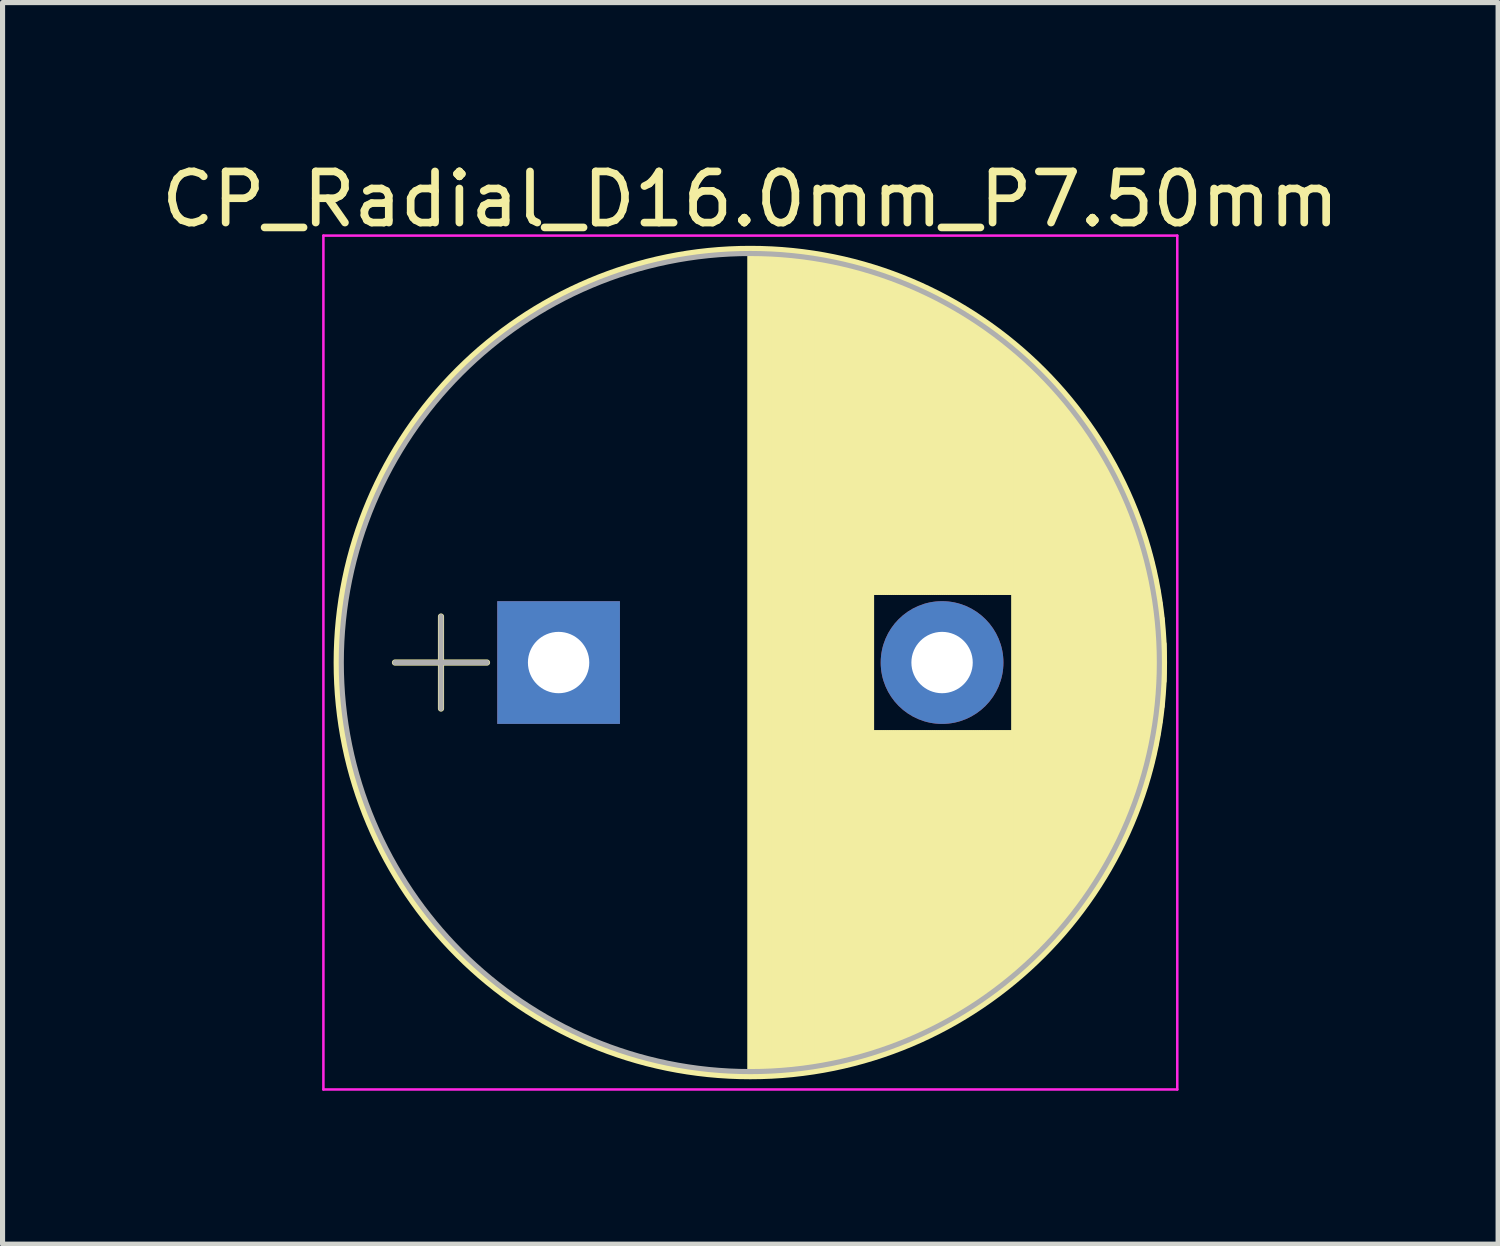
<source format=kicad_pcb>
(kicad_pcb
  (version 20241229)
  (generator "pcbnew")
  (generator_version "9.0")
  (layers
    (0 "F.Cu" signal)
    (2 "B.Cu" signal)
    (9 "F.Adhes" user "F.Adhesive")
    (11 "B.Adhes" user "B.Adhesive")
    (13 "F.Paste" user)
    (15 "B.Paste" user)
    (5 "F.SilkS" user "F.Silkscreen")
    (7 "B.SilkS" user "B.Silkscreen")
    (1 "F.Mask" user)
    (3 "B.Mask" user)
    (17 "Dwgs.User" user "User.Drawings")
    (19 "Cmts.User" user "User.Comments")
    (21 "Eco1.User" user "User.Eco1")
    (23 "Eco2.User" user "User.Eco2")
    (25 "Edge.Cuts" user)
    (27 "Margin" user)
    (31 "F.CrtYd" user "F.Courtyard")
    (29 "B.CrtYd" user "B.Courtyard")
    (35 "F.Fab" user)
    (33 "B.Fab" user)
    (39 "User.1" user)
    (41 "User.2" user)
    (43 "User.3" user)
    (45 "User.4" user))
  (footprint "CP_Radial_D16.0mm_P7.50mm"
    (layer "F.Cu")
    (at 7.875 9.908)
    (property "Reference" "CP_Radial_D16.0mm_P7.50mm" (at 3.75 -9.06 0) (layer "F.SilkS") (effects (font (size 1 1) (thickness 0.15))))
    (attr through_hole)
    (fp_line (start -3.2 0) (end -1.4 0) (stroke (width 0.12) (type solid)) (layer "F.SilkS"))
    (fp_line (start -2.3 -0.9) (end -2.3 0.9) (stroke (width 0.12) (type solid)) (layer "F.SilkS"))
    (fp_line (start 3.75 -8.051) (end 3.75 8.051) (stroke (width 0.12) (type solid)) (layer "F.SilkS"))
    (fp_line (start 3.79 -8.05) (end 3.79 8.05) (stroke (width 0.12) (type solid)) (layer "F.SilkS"))
    (fp_line (start 3.83 -8.05) (end 3.83 8.05) (stroke (width 0.12) (type solid)) (layer "F.SilkS"))
    (fp_line (start 3.87 -8.05) (end 3.87 8.05) (stroke (width 0.12) (type solid)) (layer "F.SilkS"))
    (fp_line (start 3.91 -8.049) (end 3.91 8.049) (stroke (width 0.12) (type solid)) (layer "F.SilkS"))
    (fp_line (start 3.95 -8.048) (end 3.95 8.048) (stroke (width 0.12) (type solid)) (layer "F.SilkS"))
    (fp_line (start 3.99 -8.047) (end 3.99 8.047) (stroke (width 0.12) (type solid)) (layer "F.SilkS"))
    (fp_line (start 4.03 -8.046) (end 4.03 8.046) (stroke (width 0.12) (type solid)) (layer "F.SilkS"))
    (fp_line (start 4.07 -8.044) (end 4.07 8.044) (stroke (width 0.12) (type solid)) (layer "F.SilkS"))
    (fp_line (start 4.11 -8.042) (end 4.11 8.042) (stroke (width 0.12) (type solid)) (layer "F.SilkS"))
    (fp_line (start 4.15 -8.041) (end 4.15 8.041) (stroke (width 0.12) (type solid)) (layer "F.SilkS"))
    (fp_line (start 4.19 -8.039) (end 4.19 8.039) (stroke (width 0.12) (type solid)) (layer "F.SilkS"))
    (fp_line (start 4.23 -8.036) (end 4.23 8.036) (stroke (width 0.12) (type solid)) (layer "F.SilkS"))
    (fp_line (start 4.27 -8.034) (end 4.27 8.034) (stroke (width 0.12) (type solid)) (layer "F.SilkS"))
    (fp_line (start 4.31 -8.031) (end 4.31 8.031) (stroke (width 0.12) (type solid)) (layer "F.SilkS"))
    (fp_line (start 4.35 -8.028) (end 4.35 8.028) (stroke (width 0.12) (type solid)) (layer "F.SilkS"))
    (fp_line (start 4.39 -8.025) (end 4.39 8.025) (stroke (width 0.12) (type solid)) (layer "F.SilkS"))
    (fp_line (start 4.43 -8.022) (end 4.43 8.022) (stroke (width 0.12) (type solid)) (layer "F.SilkS"))
    (fp_line (start 4.471 -8.018) (end 4.471 8.018) (stroke (width 0.12) (type solid)) (layer "F.SilkS"))
    (fp_line (start 4.511 -8.015) (end 4.511 8.015) (stroke (width 0.12) (type solid)) (layer "F.SilkS"))
    (fp_line (start 4.551 -8.011) (end 4.551 8.011) (stroke (width 0.12) (type solid)) (layer "F.SilkS"))
    (fp_line (start 4.591 -8.007) (end 4.591 8.007) (stroke (width 0.12) (type solid)) (layer "F.SilkS"))
    (fp_line (start 4.631 -8.002) (end 4.631 8.002) (stroke (width 0.12) (type solid)) (layer "F.SilkS"))
    (fp_line (start 4.671 -7.998) (end 4.671 7.998) (stroke (width 0.12) (type solid)) (layer "F.SilkS"))
    (fp_line (start 4.711 -7.993) (end 4.711 7.993) (stroke (width 0.12) (type solid)) (layer "F.SilkS"))
    (fp_line (start 4.751 -7.988) (end 4.751 7.988) (stroke (width 0.12) (type solid)) (layer "F.SilkS"))
    (fp_line (start 4.791 -7.983) (end 4.791 7.983) (stroke (width 0.12) (type solid)) (layer "F.SilkS"))
    (fp_line (start 4.831 -7.978) (end 4.831 7.978) (stroke (width 0.12) (type solid)) (layer "F.SilkS"))
    (fp_line (start 4.871 -7.973) (end 4.871 7.973) (stroke (width 0.12) (type solid)) (layer "F.SilkS"))
    (fp_line (start 4.911 -7.967) (end 4.911 7.967) (stroke (width 0.12) (type solid)) (layer "F.SilkS"))
    (fp_line (start 4.951 -7.961) (end 4.951 7.961) (stroke (width 0.12) (type solid)) (layer "F.SilkS"))
    (fp_line (start 4.991 -7.955) (end 4.991 7.955) (stroke (width 0.12) (type solid)) (layer "F.SilkS"))
    (fp_line (start 5.031 -7.949) (end 5.031 7.949) (stroke (width 0.12) (type solid)) (layer "F.SilkS"))
    (fp_line (start 5.071 -7.942) (end 5.071 7.942) (stroke (width 0.12) (type solid)) (layer "F.SilkS"))
    (fp_line (start 5.111 -7.935) (end 5.111 7.935) (stroke (width 0.12) (type solid)) (layer "F.SilkS"))
    (fp_line (start 5.151 -7.928) (end 5.151 7.928) (stroke (width 0.12) (type solid)) (layer "F.SilkS"))
    (fp_line (start 5.191 -7.921) (end 5.191 7.921) (stroke (width 0.12) (type solid)) (layer "F.SilkS"))
    (fp_line (start 5.231 -7.914) (end 5.231 7.914) (stroke (width 0.12) (type solid)) (layer "F.SilkS"))
    (fp_line (start 5.271 -7.906) (end 5.271 7.906) (stroke (width 0.12) (type solid)) (layer "F.SilkS"))
    (fp_line (start 5.311 -7.899) (end 5.311 7.899) (stroke (width 0.12) (type solid)) (layer "F.SilkS"))
    (fp_line (start 5.351 -7.891) (end 5.351 7.891) (stroke (width 0.12) (type solid)) (layer "F.SilkS"))
    (fp_line (start 5.391 -7.883) (end 5.391 7.883) (stroke (width 0.12) (type solid)) (layer "F.SilkS"))
    (fp_line (start 5.431 -7.874) (end 5.431 7.874) (stroke (width 0.12) (type solid)) (layer "F.SilkS"))
    (fp_line (start 5.471 -7.866) (end 5.471 7.866) (stroke (width 0.12) (type solid)) (layer "F.SilkS"))
    (fp_line (start 5.511 -7.857) (end 5.511 7.857) (stroke (width 0.12) (type solid)) (layer "F.SilkS"))
    (fp_line (start 5.551 -7.848) (end 5.551 7.848) (stroke (width 0.12) (type solid)) (layer "F.SilkS"))
    (fp_line (start 5.591 -7.838) (end 5.591 7.838) (stroke (width 0.12) (type solid)) (layer "F.SilkS"))
    (fp_line (start 5.631 -7.829) (end 5.631 7.829) (stroke (width 0.12) (type solid)) (layer "F.SilkS"))
    (fp_line (start 5.671 -7.819) (end 5.671 7.819) (stroke (width 0.12) (type solid)) (layer "F.SilkS"))
    (fp_line (start 5.711 -7.809) (end 5.711 7.809) (stroke (width 0.12) (type solid)) (layer "F.SilkS"))
    (fp_line (start 5.751 -7.799) (end 5.751 7.799) (stroke (width 0.12) (type solid)) (layer "F.SilkS"))
    (fp_line (start 5.791 -7.789) (end 5.791 7.789) (stroke (width 0.12) (type solid)) (layer "F.SilkS"))
    (fp_line (start 5.831 -7.779) (end 5.831 7.779) (stroke (width 0.12) (type solid)) (layer "F.SilkS"))
    (fp_line (start 5.871 -7.768) (end 5.871 7.768) (stroke (width 0.12) (type solid)) (layer "F.SilkS"))
    (fp_line (start 5.911 -7.757) (end 5.911 7.757) (stroke (width 0.12) (type solid)) (layer "F.SilkS"))
    (fp_line (start 5.951 -7.746) (end 5.951 7.746) (stroke (width 0.12) (type solid)) (layer "F.SilkS"))
    (fp_line (start 5.991 -7.734) (end 5.991 7.734) (stroke (width 0.12) (type solid)) (layer "F.SilkS"))
    (fp_line (start 6.031 -7.723) (end 6.031 7.723) (stroke (width 0.12) (type solid)) (layer "F.SilkS"))
    (fp_line (start 6.071 -7.711) (end 6.071 7.711) (stroke (width 0.12) (type solid)) (layer "F.SilkS"))
    (fp_line (start 6.111 -7.699) (end 6.111 7.699) (stroke (width 0.12) (type solid)) (layer "F.SilkS"))
    (fp_line (start 6.151 -7.686) (end 6.151 -1.38) (stroke (width 0.12) (type solid)) (layer "F.SilkS"))
    (fp_line (start 6.151 1.38) (end 6.151 7.686) (stroke (width 0.12) (type solid)) (layer "F.SilkS"))
    (fp_line (start 6.191 -7.674) (end 6.191 -1.38) (stroke (width 0.12) (type solid)) (layer "F.SilkS"))
    (fp_line (start 6.191 1.38) (end 6.191 7.674) (stroke (width 0.12) (type solid)) (layer "F.SilkS"))
    (fp_line (start 6.231 -7.661) (end 6.231 -1.38) (stroke (width 0.12) (type solid)) (layer "F.SilkS"))
    (fp_line (start 6.231 1.38) (end 6.231 7.661) (stroke (width 0.12) (type solid)) (layer "F.SilkS"))
    (fp_line (start 6.271 -7.648) (end 6.271 -1.38) (stroke (width 0.12) (type solid)) (layer "F.SilkS"))
    (fp_line (start 6.271 1.38) (end 6.271 7.648) (stroke (width 0.12) (type solid)) (layer "F.SilkS"))
    (fp_line (start 6.311 -7.635) (end 6.311 -1.38) (stroke (width 0.12) (type solid)) (layer "F.SilkS"))
    (fp_line (start 6.311 1.38) (end 6.311 7.635) (stroke (width 0.12) (type solid)) (layer "F.SilkS"))
    (fp_line (start 6.351 -7.621) (end 6.351 -1.38) (stroke (width 0.12) (type solid)) (layer "F.SilkS"))
    (fp_line (start 6.351 1.38) (end 6.351 7.621) (stroke (width 0.12) (type solid)) (layer "F.SilkS"))
    (fp_line (start 6.391 -7.608) (end 6.391 -1.38) (stroke (width 0.12) (type solid)) (layer "F.SilkS"))
    (fp_line (start 6.391 1.38) (end 6.391 7.608) (stroke (width 0.12) (type solid)) (layer "F.SilkS"))
    (fp_line (start 6.431 -7.594) (end 6.431 -1.38) (stroke (width 0.12) (type solid)) (layer "F.SilkS"))
    (fp_line (start 6.431 1.38) (end 6.431 7.594) (stroke (width 0.12) (type solid)) (layer "F.SilkS"))
    (fp_line (start 6.471 -7.58) (end 6.471 -1.38) (stroke (width 0.12) (type solid)) (layer "F.SilkS"))
    (fp_line (start 6.471 1.38) (end 6.471 7.58) (stroke (width 0.12) (type solid)) (layer "F.SilkS"))
    (fp_line (start 6.511 -7.565) (end 6.511 -1.38) (stroke (width 0.12) (type solid)) (layer "F.SilkS"))
    (fp_line (start 6.511 1.38) (end 6.511 7.565) (stroke (width 0.12) (type solid)) (layer "F.SilkS"))
    (fp_line (start 6.551 -7.55) (end 6.551 -1.38) (stroke (width 0.12) (type solid)) (layer "F.SilkS"))
    (fp_line (start 6.551 1.38) (end 6.551 7.55) (stroke (width 0.12) (type solid)) (layer "F.SilkS"))
    (fp_line (start 6.591 -7.536) (end 6.591 -1.38) (stroke (width 0.12) (type solid)) (layer "F.SilkS"))
    (fp_line (start 6.591 1.38) (end 6.591 7.536) (stroke (width 0.12) (type solid)) (layer "F.SilkS"))
    (fp_line (start 6.631 -7.521) (end 6.631 -1.38) (stroke (width 0.12) (type solid)) (layer "F.SilkS"))
    (fp_line (start 6.631 1.38) (end 6.631 7.521) (stroke (width 0.12) (type solid)) (layer "F.SilkS"))
    (fp_line (start 6.671 -7.505) (end 6.671 -1.38) (stroke (width 0.12) (type solid)) (layer "F.SilkS"))
    (fp_line (start 6.671 1.38) (end 6.671 7.505) (stroke (width 0.12) (type solid)) (layer "F.SilkS"))
    (fp_line (start 6.711 -7.49) (end 6.711 -1.38) (stroke (width 0.12) (type solid)) (layer "F.SilkS"))
    (fp_line (start 6.711 1.38) (end 6.711 7.49) (stroke (width 0.12) (type solid)) (layer "F.SilkS"))
    (fp_line (start 6.751 -7.474) (end 6.751 -1.38) (stroke (width 0.12) (type solid)) (layer "F.SilkS"))
    (fp_line (start 6.751 1.38) (end 6.751 7.474) (stroke (width 0.12) (type solid)) (layer "F.SilkS"))
    (fp_line (start 6.791 -7.458) (end 6.791 -1.38) (stroke (width 0.12) (type solid)) (layer "F.SilkS"))
    (fp_line (start 6.791 1.38) (end 6.791 7.458) (stroke (width 0.12) (type solid)) (layer "F.SilkS"))
    (fp_line (start 6.831 -7.441) (end 6.831 -1.38) (stroke (width 0.12) (type solid)) (layer "F.SilkS"))
    (fp_line (start 6.831 1.38) (end 6.831 7.441) (stroke (width 0.12) (type solid)) (layer "F.SilkS"))
    (fp_line (start 6.871 -7.425) (end 6.871 -1.38) (stroke (width 0.12) (type solid)) (layer "F.SilkS"))
    (fp_line (start 6.871 1.38) (end 6.871 7.425) (stroke (width 0.12) (type solid)) (layer "F.SilkS"))
    (fp_line (start 6.911 -7.408) (end 6.911 -1.38) (stroke (width 0.12) (type solid)) (layer "F.SilkS"))
    (fp_line (start 6.911 1.38) (end 6.911 7.408) (stroke (width 0.12) (type solid)) (layer "F.SilkS"))
    (fp_line (start 6.951 -7.391) (end 6.951 -1.38) (stroke (width 0.12) (type solid)) (layer "F.SilkS"))
    (fp_line (start 6.951 1.38) (end 6.951 7.391) (stroke (width 0.12) (type solid)) (layer "F.SilkS"))
    (fp_line (start 6.991 -7.373) (end 6.991 -1.38) (stroke (width 0.12) (type solid)) (layer "F.SilkS"))
    (fp_line (start 6.991 1.38) (end 6.991 7.373) (stroke (width 0.12) (type solid)) (layer "F.SilkS"))
    (fp_line (start 7.031 -7.356) (end 7.031 -1.38) (stroke (width 0.12) (type solid)) (layer "F.SilkS"))
    (fp_line (start 7.031 1.38) (end 7.031 7.356) (stroke (width 0.12) (type solid)) (layer "F.SilkS"))
    (fp_line (start 7.071 -7.338) (end 7.071 -1.38) (stroke (width 0.12) (type solid)) (layer "F.SilkS"))
    (fp_line (start 7.071 1.38) (end 7.071 7.338) (stroke (width 0.12) (type solid)) (layer "F.SilkS"))
    (fp_line (start 7.111 -7.32) (end 7.111 -1.38) (stroke (width 0.12) (type solid)) (layer "F.SilkS"))
    (fp_line (start 7.111 1.38) (end 7.111 7.32) (stroke (width 0.12) (type solid)) (layer "F.SilkS"))
    (fp_line (start 7.151 -7.301) (end 7.151 -1.38) (stroke (width 0.12) (type solid)) (layer "F.SilkS"))
    (fp_line (start 7.151 1.38) (end 7.151 7.301) (stroke (width 0.12) (type solid)) (layer "F.SilkS"))
    (fp_line (start 7.191 -7.283) (end 7.191 -1.38) (stroke (width 0.12) (type solid)) (layer "F.SilkS"))
    (fp_line (start 7.191 1.38) (end 7.191 7.283) (stroke (width 0.12) (type solid)) (layer "F.SilkS"))
    (fp_line (start 7.231 -7.264) (end 7.231 -1.38) (stroke (width 0.12) (type solid)) (layer "F.SilkS"))
    (fp_line (start 7.231 1.38) (end 7.231 7.264) (stroke (width 0.12) (type solid)) (layer "F.SilkS"))
    (fp_line (start 7.271 -7.245) (end 7.271 -1.38) (stroke (width 0.12) (type solid)) (layer "F.SilkS"))
    (fp_line (start 7.271 1.38) (end 7.271 7.245) (stroke (width 0.12) (type solid)) (layer "F.SilkS"))
    (fp_line (start 7.311 -7.225) (end 7.311 -1.38) (stroke (width 0.12) (type solid)) (layer "F.SilkS"))
    (fp_line (start 7.311 1.38) (end 7.311 7.225) (stroke (width 0.12) (type solid)) (layer "F.SilkS"))
    (fp_line (start 7.351 -7.205) (end 7.351 -1.38) (stroke (width 0.12) (type solid)) (layer "F.SilkS"))
    (fp_line (start 7.351 1.38) (end 7.351 7.205) (stroke (width 0.12) (type solid)) (layer "F.SilkS"))
    (fp_line (start 7.391 -7.185) (end 7.391 -1.38) (stroke (width 0.12) (type solid)) (layer "F.SilkS"))
    (fp_line (start 7.391 1.38) (end 7.391 7.185) (stroke (width 0.12) (type solid)) (layer "F.SilkS"))
    (fp_line (start 7.431 -7.165) (end 7.431 -1.38) (stroke (width 0.12) (type solid)) (layer "F.SilkS"))
    (fp_line (start 7.431 1.38) (end 7.431 7.165) (stroke (width 0.12) (type solid)) (layer "F.SilkS"))
    (fp_line (start 7.471 -7.144) (end 7.471 -1.38) (stroke (width 0.12) (type solid)) (layer "F.SilkS"))
    (fp_line (start 7.471 1.38) (end 7.471 7.144) (stroke (width 0.12) (type solid)) (layer "F.SilkS"))
    (fp_line (start 7.511 -7.124) (end 7.511 -1.38) (stroke (width 0.12) (type solid)) (layer "F.SilkS"))
    (fp_line (start 7.511 1.38) (end 7.511 7.124) (stroke (width 0.12) (type solid)) (layer "F.SilkS"))
    (fp_line (start 7.551 -7.102) (end 7.551 -1.38) (stroke (width 0.12) (type solid)) (layer "F.SilkS"))
    (fp_line (start 7.551 1.38) (end 7.551 7.102) (stroke (width 0.12) (type solid)) (layer "F.SilkS"))
    (fp_line (start 7.591 -7.081) (end 7.591 -1.38) (stroke (width 0.12) (type solid)) (layer "F.SilkS"))
    (fp_line (start 7.591 1.38) (end 7.591 7.081) (stroke (width 0.12) (type solid)) (layer "F.SilkS"))
    (fp_line (start 7.631 -7.059) (end 7.631 -1.38) (stroke (width 0.12) (type solid)) (layer "F.SilkS"))
    (fp_line (start 7.631 1.38) (end 7.631 7.059) (stroke (width 0.12) (type solid)) (layer "F.SilkS"))
    (fp_line (start 7.671 -7.037) (end 7.671 -1.38) (stroke (width 0.12) (type solid)) (layer "F.SilkS"))
    (fp_line (start 7.671 1.38) (end 7.671 7.037) (stroke (width 0.12) (type solid)) (layer "F.SilkS"))
    (fp_line (start 7.711 -7.015) (end 7.711 -1.38) (stroke (width 0.12) (type solid)) (layer "F.SilkS"))
    (fp_line (start 7.711 1.38) (end 7.711 7.015) (stroke (width 0.12) (type solid)) (layer "F.SilkS"))
    (fp_line (start 7.751 -6.992) (end 7.751 -1.38) (stroke (width 0.12) (type solid)) (layer "F.SilkS"))
    (fp_line (start 7.751 1.38) (end 7.751 6.992) (stroke (width 0.12) (type solid)) (layer "F.SilkS"))
    (fp_line (start 7.791 -6.97) (end 7.791 -1.38) (stroke (width 0.12) (type solid)) (layer "F.SilkS"))
    (fp_line (start 7.791 1.38) (end 7.791 6.97) (stroke (width 0.12) (type solid)) (layer "F.SilkS"))
    (fp_line (start 7.831 -6.946) (end 7.831 -1.38) (stroke (width 0.12) (type solid)) (layer "F.SilkS"))
    (fp_line (start 7.831 1.38) (end 7.831 6.946) (stroke (width 0.12) (type solid)) (layer "F.SilkS"))
    (fp_line (start 7.871 -6.923) (end 7.871 -1.38) (stroke (width 0.12) (type solid)) (layer "F.SilkS"))
    (fp_line (start 7.871 1.38) (end 7.871 6.923) (stroke (width 0.12) (type solid)) (layer "F.SilkS"))
    (fp_line (start 7.911 -6.899) (end 7.911 -1.38) (stroke (width 0.12) (type solid)) (layer "F.SilkS"))
    (fp_line (start 7.911 1.38) (end 7.911 6.899) (stroke (width 0.12) (type solid)) (layer "F.SilkS"))
    (fp_line (start 7.951 -6.875) (end 7.951 -1.38) (stroke (width 0.12) (type solid)) (layer "F.SilkS"))
    (fp_line (start 7.951 1.38) (end 7.951 6.875) (stroke (width 0.12) (type solid)) (layer "F.SilkS"))
    (fp_line (start 7.991 -6.85) (end 7.991 -1.38) (stroke (width 0.12) (type solid)) (layer "F.SilkS"))
    (fp_line (start 7.991 1.38) (end 7.991 6.85) (stroke (width 0.12) (type solid)) (layer "F.SilkS"))
    (fp_line (start 8.031 -6.826) (end 8.031 -1.38) (stroke (width 0.12) (type solid)) (layer "F.SilkS"))
    (fp_line (start 8.031 1.38) (end 8.031 6.826) (stroke (width 0.12) (type solid)) (layer "F.SilkS"))
    (fp_line (start 8.071 -6.801) (end 8.071 -1.38) (stroke (width 0.12) (type solid)) (layer "F.SilkS"))
    (fp_line (start 8.071 1.38) (end 8.071 6.801) (stroke (width 0.12) (type solid)) (layer "F.SilkS"))
    (fp_line (start 8.111 -6.775) (end 8.111 -1.38) (stroke (width 0.12) (type solid)) (layer "F.SilkS"))
    (fp_line (start 8.111 1.38) (end 8.111 6.775) (stroke (width 0.12) (type solid)) (layer "F.SilkS"))
    (fp_line (start 8.151 -6.749) (end 8.151 -1.38) (stroke (width 0.12) (type solid)) (layer "F.SilkS"))
    (fp_line (start 8.151 1.38) (end 8.151 6.749) (stroke (width 0.12) (type solid)) (layer "F.SilkS"))
    (fp_line (start 8.191 -6.723) (end 8.191 -1.38) (stroke (width 0.12) (type solid)) (layer "F.SilkS"))
    (fp_line (start 8.191 1.38) (end 8.191 6.723) (stroke (width 0.12) (type solid)) (layer "F.SilkS"))
    (fp_line (start 8.231 -6.697) (end 8.231 -1.38) (stroke (width 0.12) (type solid)) (layer "F.SilkS"))
    (fp_line (start 8.231 1.38) (end 8.231 6.697) (stroke (width 0.12) (type solid)) (layer "F.SilkS"))
    (fp_line (start 8.271 -6.67) (end 8.271 -1.38) (stroke (width 0.12) (type solid)) (layer "F.SilkS"))
    (fp_line (start 8.271 1.38) (end 8.271 6.67) (stroke (width 0.12) (type solid)) (layer "F.SilkS"))
    (fp_line (start 8.311 -6.643) (end 8.311 -1.38) (stroke (width 0.12) (type solid)) (layer "F.SilkS"))
    (fp_line (start 8.311 1.38) (end 8.311 6.643) (stroke (width 0.12) (type solid)) (layer "F.SilkS"))
    (fp_line (start 8.351 -6.615) (end 8.351 -1.38) (stroke (width 0.12) (type solid)) (layer "F.SilkS"))
    (fp_line (start 8.351 1.38) (end 8.351 6.615) (stroke (width 0.12) (type solid)) (layer "F.SilkS"))
    (fp_line (start 8.391 -6.588) (end 8.391 -1.38) (stroke (width 0.12) (type solid)) (layer "F.SilkS"))
    (fp_line (start 8.391 1.38) (end 8.391 6.588) (stroke (width 0.12) (type solid)) (layer "F.SilkS"))
    (fp_line (start 8.431 -6.559) (end 8.431 -1.38) (stroke (width 0.12) (type solid)) (layer "F.SilkS"))
    (fp_line (start 8.431 1.38) (end 8.431 6.559) (stroke (width 0.12) (type solid)) (layer "F.SilkS"))
    (fp_line (start 8.471 -6.531) (end 8.471 -1.38) (stroke (width 0.12) (type solid)) (layer "F.SilkS"))
    (fp_line (start 8.471 1.38) (end 8.471 6.531) (stroke (width 0.12) (type solid)) (layer "F.SilkS"))
    (fp_line (start 8.511 -6.502) (end 8.511 -1.38) (stroke (width 0.12) (type solid)) (layer "F.SilkS"))
    (fp_line (start 8.511 1.38) (end 8.511 6.502) (stroke (width 0.12) (type solid)) (layer "F.SilkS"))
    (fp_line (start 8.551 -6.473) (end 8.551 -1.38) (stroke (width 0.12) (type solid)) (layer "F.SilkS"))
    (fp_line (start 8.551 1.38) (end 8.551 6.473) (stroke (width 0.12) (type solid)) (layer "F.SilkS"))
    (fp_line (start 8.591 -6.443) (end 8.591 -1.38) (stroke (width 0.12) (type solid)) (layer "F.SilkS"))
    (fp_line (start 8.591 1.38) (end 8.591 6.443) (stroke (width 0.12) (type solid)) (layer "F.SilkS"))
    (fp_line (start 8.631 -6.413) (end 8.631 -1.38) (stroke (width 0.12) (type solid)) (layer "F.SilkS"))
    (fp_line (start 8.631 1.38) (end 8.631 6.413) (stroke (width 0.12) (type solid)) (layer "F.SilkS"))
    (fp_line (start 8.671 -6.382) (end 8.671 -1.38) (stroke (width 0.12) (type solid)) (layer "F.SilkS"))
    (fp_line (start 8.671 1.38) (end 8.671 6.382) (stroke (width 0.12) (type solid)) (layer "F.SilkS"))
    (fp_line (start 8.711 -6.352) (end 8.711 -1.38) (stroke (width 0.12) (type solid)) (layer "F.SilkS"))
    (fp_line (start 8.711 1.38) (end 8.711 6.352) (stroke (width 0.12) (type solid)) (layer "F.SilkS"))
    (fp_line (start 8.751 -6.32) (end 8.751 -1.38) (stroke (width 0.12) (type solid)) (layer "F.SilkS"))
    (fp_line (start 8.751 1.38) (end 8.751 6.32) (stroke (width 0.12) (type solid)) (layer "F.SilkS"))
    (fp_line (start 8.791 -6.289) (end 8.791 -1.38) (stroke (width 0.12) (type solid)) (layer "F.SilkS"))
    (fp_line (start 8.791 1.38) (end 8.791 6.289) (stroke (width 0.12) (type solid)) (layer "F.SilkS"))
    (fp_line (start 8.831 -6.257) (end 8.831 -1.38) (stroke (width 0.12) (type solid)) (layer "F.SilkS"))
    (fp_line (start 8.831 1.38) (end 8.831 6.257) (stroke (width 0.12) (type solid)) (layer "F.SilkS"))
    (fp_line (start 8.871 -6.224) (end 8.871 -1.38) (stroke (width 0.12) (type solid)) (layer "F.SilkS"))
    (fp_line (start 8.871 1.38) (end 8.871 6.224) (stroke (width 0.12) (type solid)) (layer "F.SilkS"))
    (fp_line (start 8.911 -6.191) (end 8.911 6.191) (stroke (width 0.12) (type solid)) (layer "F.SilkS"))
    (fp_line (start 8.951 -6.158) (end 8.951 6.158) (stroke (width 0.12) (type solid)) (layer "F.SilkS"))
    (fp_line (start 8.991 -6.124) (end 8.991 6.124) (stroke (width 0.12) (type solid)) (layer "F.SilkS"))
    (fp_line (start 9.031 -6.09) (end 9.031 6.09) (stroke (width 0.12) (type solid)) (layer "F.SilkS"))
    (fp_line (start 9.071 -6.055) (end 9.071 6.055) (stroke (width 0.12) (type solid)) (layer "F.SilkS"))
    (fp_line (start 9.111 -6.02) (end 9.111 6.02) (stroke (width 0.12) (type solid)) (layer "F.SilkS"))
    (fp_line (start 9.151 -5.984) (end 9.151 5.984) (stroke (width 0.12) (type solid)) (layer "F.SilkS"))
    (fp_line (start 9.191 -5.948) (end 9.191 5.948) (stroke (width 0.12) (type solid)) (layer "F.SilkS"))
    (fp_line (start 9.231 -5.912) (end 9.231 5.912) (stroke (width 0.12) (type solid)) (layer "F.SilkS"))
    (fp_line (start 9.271 -5.875) (end 9.271 5.875) (stroke (width 0.12) (type solid)) (layer "F.SilkS"))
    (fp_line (start 9.311 -5.837) (end 9.311 5.837) (stroke (width 0.12) (type solid)) (layer "F.SilkS"))
    (fp_line (start 9.351 -5.799) (end 9.351 5.799) (stroke (width 0.12) (type solid)) (layer "F.SilkS"))
    (fp_line (start 9.391 -5.76) (end 9.391 5.76) (stroke (width 0.12) (type solid)) (layer "F.SilkS"))
    (fp_line (start 9.431 -5.721) (end 9.431 5.721) (stroke (width 0.12) (type solid)) (layer "F.SilkS"))
    (fp_line (start 9.471 -5.681) (end 9.471 5.681) (stroke (width 0.12) (type solid)) (layer "F.SilkS"))
    (fp_line (start 9.511 -5.641) (end 9.511 5.641) (stroke (width 0.12) (type solid)) (layer "F.SilkS"))
    (fp_line (start 9.551 -5.6) (end 9.551 5.6) (stroke (width 0.12) (type solid)) (layer "F.SilkS"))
    (fp_line (start 9.591 -5.559) (end 9.591 5.559) (stroke (width 0.12) (type solid)) (layer "F.SilkS"))
    (fp_line (start 9.631 -5.517) (end 9.631 5.517) (stroke (width 0.12) (type solid)) (layer "F.SilkS"))
    (fp_line (start 9.671 -5.474) (end 9.671 5.474) (stroke (width 0.12) (type solid)) (layer "F.SilkS"))
    (fp_line (start 9.711 -5.431) (end 9.711 5.431) (stroke (width 0.12) (type solid)) (layer "F.SilkS"))
    (fp_line (start 9.751 -5.387) (end 9.751 5.387) (stroke (width 0.12) (type solid)) (layer "F.SilkS"))
    (fp_line (start 9.791 -5.343) (end 9.791 5.343) (stroke (width 0.12) (type solid)) (layer "F.SilkS"))
    (fp_line (start 9.831 -5.297) (end 9.831 5.297) (stroke (width 0.12) (type solid)) (layer "F.SilkS"))
    (fp_line (start 9.871 -5.251) (end 9.871 5.251) (stroke (width 0.12) (type solid)) (layer "F.SilkS"))
    (fp_line (start 9.911 -5.205) (end 9.911 5.205) (stroke (width 0.12) (type solid)) (layer "F.SilkS"))
    (fp_line (start 9.951 -5.157) (end 9.951 5.157) (stroke (width 0.12) (type solid)) (layer "F.SilkS"))
    (fp_line (start 9.991 -5.109) (end 9.991 5.109) (stroke (width 0.12) (type solid)) (layer "F.SilkS"))
    (fp_line (start 10.031 -5.06) (end 10.031 5.06) (stroke (width 0.12) (type solid)) (layer "F.SilkS"))
    (fp_line (start 10.071 -5.011) (end 10.071 5.011) (stroke (width 0.12) (type solid)) (layer "F.SilkS"))
    (fp_line (start 10.111 -4.96) (end 10.111 4.96) (stroke (width 0.12) (type solid)) (layer "F.SilkS"))
    (fp_line (start 10.151 -4.909) (end 10.151 4.909) (stroke (width 0.12) (type solid)) (layer "F.SilkS"))
    (fp_line (start 10.191 -4.857) (end 10.191 4.857) (stroke (width 0.12) (type solid)) (layer "F.SilkS"))
    (fp_line (start 10.231 -4.804) (end 10.231 4.804) (stroke (width 0.12) (type solid)) (layer "F.SilkS"))
    (fp_line (start 10.271 -4.75) (end 10.271 4.75) (stroke (width 0.12) (type solid)) (layer "F.SilkS"))
    (fp_line (start 10.311 -4.695) (end 10.311 4.695) (stroke (width 0.12) (type solid)) (layer "F.SilkS"))
    (fp_line (start 10.351 -4.639) (end 10.351 4.639) (stroke (width 0.12) (type solid)) (layer "F.SilkS"))
    (fp_line (start 10.391 -4.582) (end 10.391 4.582) (stroke (width 0.12) (type solid)) (layer "F.SilkS"))
    (fp_line (start 10.431 -4.524) (end 10.431 4.524) (stroke (width 0.12) (type solid)) (layer "F.SilkS"))
    (fp_line (start 10.471 -4.465) (end 10.471 4.465) (stroke (width 0.12) (type solid)) (layer "F.SilkS"))
    (fp_line (start 10.511 -4.405) (end 10.511 4.405) (stroke (width 0.12) (type solid)) (layer "F.SilkS"))
    (fp_line (start 10.551 -4.343) (end 10.551 4.343) (stroke (width 0.12) (type solid)) (layer "F.SilkS"))
    (fp_line (start 10.591 -4.281) (end 10.591 4.281) (stroke (width 0.12) (type solid)) (layer "F.SilkS"))
    (fp_line (start 10.631 -4.217) (end 10.631 4.217) (stroke (width 0.12) (type solid)) (layer "F.SilkS"))
    (fp_line (start 10.671 -4.151) (end 10.671 4.151) (stroke (width 0.12) (type solid)) (layer "F.SilkS"))
    (fp_line (start 10.711 -4.084) (end 10.711 4.084) (stroke (width 0.12) (type solid)) (layer "F.SilkS"))
    (fp_line (start 10.751 -4.016) (end 10.751 4.016) (stroke (width 0.12) (type solid)) (layer "F.SilkS"))
    (fp_line (start 10.791 -3.946) (end 10.791 3.946) (stroke (width 0.12) (type solid)) (layer "F.SilkS"))
    (fp_line (start 10.831 -3.875) (end 10.831 3.875) (stroke (width 0.12) (type solid)) (layer "F.SilkS"))
    (fp_line (start 10.871 -3.802) (end 10.871 3.802) (stroke (width 0.12) (type solid)) (layer "F.SilkS"))
    (fp_line (start 10.911 -3.726) (end 10.911 3.726) (stroke (width 0.12) (type solid)) (layer "F.SilkS"))
    (fp_line (start 10.951 -3.649) (end 10.951 3.649) (stroke (width 0.12) (type solid)) (layer "F.SilkS"))
    (fp_line (start 10.991 -3.57) (end 10.991 3.57) (stroke (width 0.12) (type solid)) (layer "F.SilkS"))
    (fp_line (start 11.031 -3.489) (end 11.031 3.489) (stroke (width 0.12) (type solid)) (layer "F.SilkS"))
    (fp_line (start 11.071 -3.405) (end 11.071 3.405) (stroke (width 0.12) (type solid)) (layer "F.SilkS"))
    (fp_line (start 11.111 -3.319) (end 11.111 3.319) (stroke (width 0.12) (type solid)) (layer "F.SilkS"))
    (fp_line (start 11.151 -3.23) (end 11.151 3.23) (stroke (width 0.12) (type solid)) (layer "F.SilkS"))
    (fp_line (start 11.191 -3.138) (end 11.191 3.138) (stroke (width 0.12) (type solid)) (layer "F.SilkS"))
    (fp_line (start 11.231 -3.042) (end 11.231 3.042) (stroke (width 0.12) (type solid)) (layer "F.SilkS"))
    (fp_line (start 11.271 -2.943) (end 11.271 2.943) (stroke (width 0.12) (type solid)) (layer "F.SilkS"))
    (fp_line (start 11.311 -2.841) (end 11.311 2.841) (stroke (width 0.12) (type solid)) (layer "F.SilkS"))
    (fp_line (start 11.351 -2.733) (end 11.351 2.733) (stroke (width 0.12) (type solid)) (layer "F.SilkS"))
    (fp_line (start 11.391 -2.621) (end 11.391 2.621) (stroke (width 0.12) (type solid)) (layer "F.SilkS"))
    (fp_line (start 11.431 -2.503) (end 11.431 2.503) (stroke (width 0.12) (type solid)) (layer "F.SilkS"))
    (fp_line (start 11.471 -2.379) (end 11.471 2.379) (stroke (width 0.12) (type solid)) (layer "F.SilkS"))
    (fp_line (start 11.511 -2.248) (end 11.511 2.248) (stroke (width 0.12) (type solid)) (layer "F.SilkS"))
    (fp_line (start 11.551 -2.107) (end 11.551 2.107) (stroke (width 0.12) (type solid)) (layer "F.SilkS"))
    (fp_line (start 11.591 -1.956) (end 11.591 1.956) (stroke (width 0.12) (type solid)) (layer "F.SilkS"))
    (fp_line (start 11.631 -1.792) (end 11.631 1.792) (stroke (width 0.12) (type solid)) (layer "F.SilkS"))
    (fp_line (start 11.671 -1.61) (end 11.671 1.61) (stroke (width 0.12) (type solid)) (layer "F.SilkS"))
    (fp_line (start 11.711 -1.405) (end 11.711 1.405) (stroke (width 0.12) (type solid)) (layer "F.SilkS"))
    (fp_line (start 11.751 -1.164) (end 11.751 1.164) (stroke (width 0.12) (type solid)) (layer "F.SilkS"))
    (fp_line (start 11.791 -0.859) (end 11.791 0.859) (stroke (width 0.12) (type solid)) (layer "F.SilkS"))
    (fp_line (start 11.831 -0.363) (end 11.831 0.363) (stroke (width 0.12) (type solid)) (layer "F.SilkS"))
    (fp_circle (center 3.75 0) (end 11.84 0) (stroke (width 0.12) (type solid)) (fill no) (layer "F.SilkS"))
    (fp_line (start -4.6 -8.35) (end -4.6 8.35) (stroke (width 0.05) (type solid)) (layer "F.CrtYd"))
    (fp_line (start -4.6 8.35) (end 12.1 8.35) (stroke (width 0.05) (type solid)) (layer "F.CrtYd"))
    (fp_line (start 12.1 -8.35) (end -4.6 -8.35) (stroke (width 0.05) (type solid)) (layer "F.CrtYd"))
    (fp_line (start 12.1 8.35) (end 12.1 -8.35) (stroke (width 0.05) (type solid)) (layer "F.CrtYd"))
    (fp_line (start -3.2 0) (end -1.4 0) (stroke (width 0.1) (type solid)) (layer "F.Fab"))
    (fp_line (start -2.3 -0.9) (end -2.3 0.9) (stroke (width 0.1) (type solid)) (layer "F.Fab"))
    (fp_circle (center 3.75 0) (end 11.75 0) (stroke (width 0.1) (type solid)) (fill no) (layer "F.Fab"))
    (pad "1" thru_hole rect (at 0 0) (size 2.4 2.4) (drill 1.2) (layers "*.Cu" "*.Mask"))
    (pad "2" thru_hole circle (at 7.5 0) (size 2.4 2.4) (drill 1.2) (layers "*.Cu" "*.Mask")))
  (gr_rect
    (start -3 -3)
    (end 26.25 21.283)
    (stroke (width 0.1) (type default))
    (fill no)
    (layer "Edge.Cuts")))
</source>
